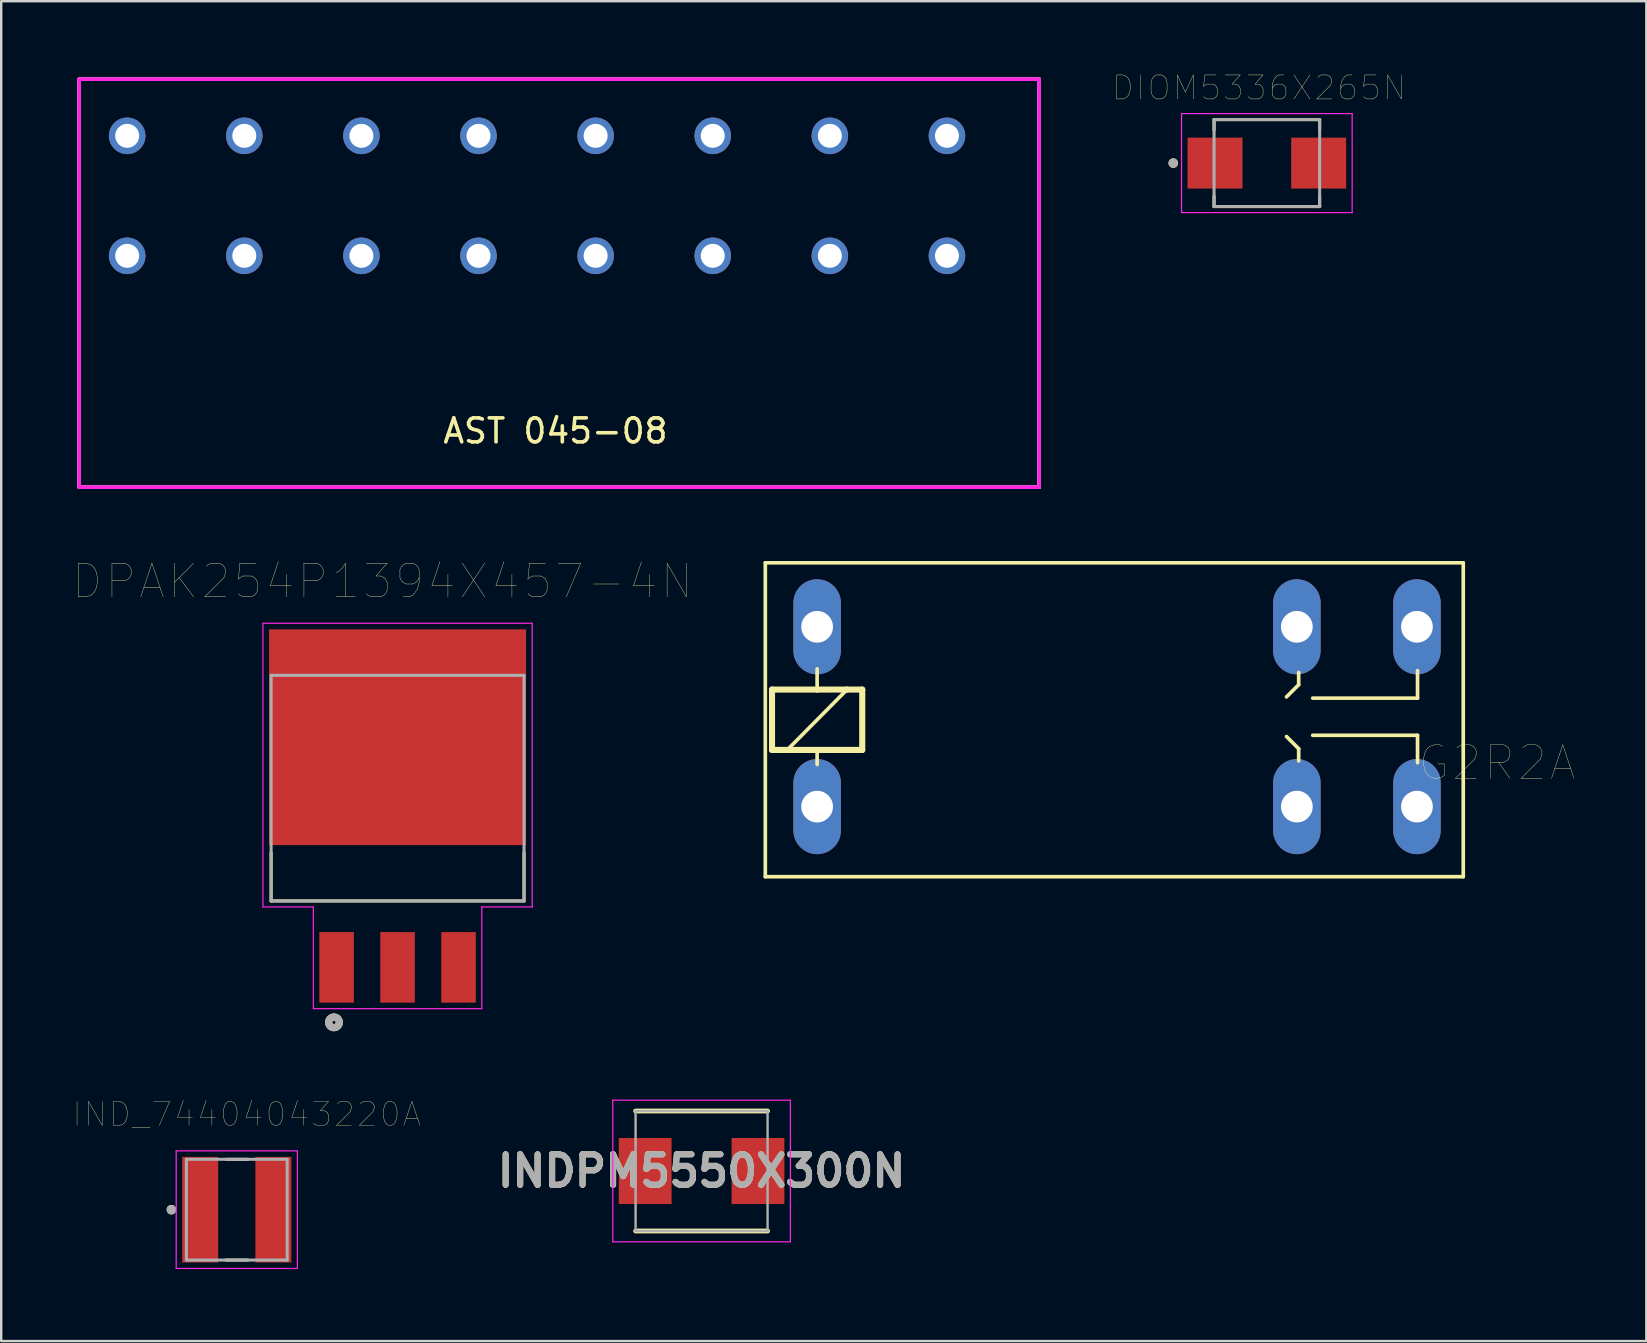
<source format=kicad_pcb>
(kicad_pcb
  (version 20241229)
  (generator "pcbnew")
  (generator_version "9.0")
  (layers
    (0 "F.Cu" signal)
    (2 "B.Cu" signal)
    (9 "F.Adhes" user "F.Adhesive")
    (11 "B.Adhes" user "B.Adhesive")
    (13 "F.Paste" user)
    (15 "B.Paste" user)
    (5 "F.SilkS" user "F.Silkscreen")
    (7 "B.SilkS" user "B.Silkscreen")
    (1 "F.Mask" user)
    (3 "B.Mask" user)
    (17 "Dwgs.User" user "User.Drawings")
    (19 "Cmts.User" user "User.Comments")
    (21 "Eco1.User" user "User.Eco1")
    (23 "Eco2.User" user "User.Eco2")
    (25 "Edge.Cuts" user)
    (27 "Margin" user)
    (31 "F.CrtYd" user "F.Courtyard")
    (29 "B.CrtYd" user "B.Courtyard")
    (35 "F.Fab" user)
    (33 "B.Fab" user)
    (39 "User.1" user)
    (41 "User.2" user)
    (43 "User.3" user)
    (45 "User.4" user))
  (footprint "DPAK254P1394X457-4N"
    (layer "F.Cu")
    (at 13.517 30.951)
    (property "Reference" "DPAK254P1394X457-4N" (at -0.635 -9.779 0) (layer "F.SilkS") (effects (font (size 1.4 1.4) (thickness 0.015))))
    (attr through_hole)
    (fp_line (start -5.27 1.529) (end -5.27 3.541) (stroke (width 0.127) (type solid)) (layer "F.SilkS"))
    (fp_line (start -5.27 3.541) (end 5.27 3.541) (stroke (width 0.127) (type solid)) (layer "F.SilkS"))
    (fp_line (start 5.27 3.541) (end 5.27 1.529) (stroke (width 0.127) (type solid)) (layer "F.SilkS"))
    (fp_circle (center -2.65 8.6) (end -2.579 8.6) (stroke (width 0.3) (type solid)) (fill no) (layer "F.SilkS"))
    (fp_poly (pts (xy -5.13 -7.495) (xy -3.82 -7.495) (xy -3.82 -6.265) (xy -5.13 -6.265)) (stroke (width 0.01) (type solid)) (fill yes) (layer "F.Paste"))
    (fp_poly (pts (xy -5.13 -5.695) (xy -3.82 -5.695) (xy -3.82 -4.465) (xy -5.13 -4.465)) (stroke (width 0.01) (type solid)) (fill yes) (layer "F.Paste"))
    (fp_poly (pts (xy -5.13 -3.895) (xy -3.82 -3.895) (xy -3.82 -2.665) (xy -5.13 -2.665)) (stroke (width 0.01) (type solid)) (fill yes) (layer "F.Paste"))
    (fp_poly (pts (xy -5.13 -2.095) (xy -3.82 -2.095) (xy -3.82 -0.865) (xy -5.13 -0.865)) (stroke (width 0.01) (type solid)) (fill yes) (layer "F.Paste"))
    (fp_poly (pts (xy -5.13 -0.295) (xy -3.82 -0.295) (xy -3.82 0.935) (xy -5.13 0.935)) (stroke (width 0.01) (type solid)) (fill yes) (layer "F.Paste"))
    (fp_poly (pts (xy -3.34 -7.495) (xy -2.03 -7.495) (xy -2.03 -6.265) (xy -3.34 -6.265)) (stroke (width 0.01) (type solid)) (fill yes) (layer "F.Paste"))
    (fp_poly (pts (xy -3.34 -5.695) (xy -2.03 -5.695) (xy -2.03 -4.465) (xy -3.34 -4.465)) (stroke (width 0.01) (type solid)) (fill yes) (layer "F.Paste"))
    (fp_poly (pts (xy -3.34 -3.895) (xy -2.03 -3.895) (xy -2.03 -2.665) (xy -3.34 -2.665)) (stroke (width 0.01) (type solid)) (fill yes) (layer "F.Paste"))
    (fp_poly (pts (xy -3.34 -2.095) (xy -2.03 -2.095) (xy -2.03 -0.865) (xy -3.34 -0.865)) (stroke (width 0.01) (type solid)) (fill yes) (layer "F.Paste"))
    (fp_poly (pts (xy -3.34 -0.295) (xy -2.03 -0.295) (xy -2.03 0.935) (xy -3.34 0.935)) (stroke (width 0.01) (type solid)) (fill yes) (layer "F.Paste"))
    (fp_poly (pts (xy -1.55 -7.495) (xy -0.24 -7.495) (xy -0.24 -6.265) (xy -1.55 -6.265)) (stroke (width 0.01) (type solid)) (fill yes) (layer "F.Paste"))
    (fp_poly (pts (xy -1.55 -5.695) (xy -0.24 -5.695) (xy -0.24 -4.465) (xy -1.55 -4.465)) (stroke (width 0.01) (type solid)) (fill yes) (layer "F.Paste"))
    (fp_poly (pts (xy -1.55 -3.895) (xy -0.24 -3.895) (xy -0.24 -2.665) (xy -1.55 -2.665)) (stroke (width 0.01) (type solid)) (fill yes) (layer "F.Paste"))
    (fp_poly (pts (xy -1.55 -2.095) (xy -0.24 -2.095) (xy -0.24 -0.865) (xy -1.55 -0.865)) (stroke (width 0.01) (type solid)) (fill yes) (layer "F.Paste"))
    (fp_poly (pts (xy -1.55 -0.295) (xy -0.24 -0.295) (xy -0.24 0.935) (xy -1.55 0.935)) (stroke (width 0.01) (type solid)) (fill yes) (layer "F.Paste"))
    (fp_poly (pts (xy 0.24 -7.495) (xy 1.55 -7.495) (xy 1.55 -6.265) (xy 0.24 -6.265)) (stroke (width 0.01) (type solid)) (fill yes) (layer "F.Paste"))
    (fp_poly (pts (xy 0.24 -5.695) (xy 1.55 -5.695) (xy 1.55 -4.465) (xy 0.24 -4.465)) (stroke (width 0.01) (type solid)) (fill yes) (layer "F.Paste"))
    (fp_poly (pts (xy 0.24 -3.895) (xy 1.55 -3.895) (xy 1.55 -2.665) (xy 0.24 -2.665)) (stroke (width 0.01) (type solid)) (fill yes) (layer "F.Paste"))
    (fp_poly (pts (xy 0.24 -2.095) (xy 1.55 -2.095) (xy 1.55 -0.865) (xy 0.24 -0.865)) (stroke (width 0.01) (type solid)) (fill yes) (layer "F.Paste"))
    (fp_poly (pts (xy 0.24 -0.295) (xy 1.55 -0.295) (xy 1.55 0.935) (xy 0.24 0.935)) (stroke (width 0.01) (type solid)) (fill yes) (layer "F.Paste"))
    (fp_poly (pts (xy 2.03 -7.495) (xy 3.34 -7.495) (xy 3.34 -6.265) (xy 2.03 -6.265)) (stroke (width 0.01) (type solid)) (fill yes) (layer "F.Paste"))
    (fp_poly (pts (xy 2.03 -5.695) (xy 3.34 -5.695) (xy 3.34 -4.465) (xy 2.03 -4.465)) (stroke (width 0.01) (type solid)) (fill yes) (layer "F.Paste"))
    (fp_poly (pts (xy 2.03 -3.895) (xy 3.34 -3.895) (xy 3.34 -2.665) (xy 2.03 -2.665)) (stroke (width 0.01) (type solid)) (fill yes) (layer "F.Paste"))
    (fp_poly (pts (xy 2.03 -2.095) (xy 3.34 -2.095) (xy 3.34 -0.865) (xy 2.03 -0.865)) (stroke (width 0.01) (type solid)) (fill yes) (layer "F.Paste"))
    (fp_poly (pts (xy 2.03 -0.295) (xy 3.34 -0.295) (xy 3.34 0.935) (xy 2.03 0.935)) (stroke (width 0.01) (type solid)) (fill yes) (layer "F.Paste"))
    (fp_poly (pts (xy 3.82 -7.495) (xy 5.13 -7.495) (xy 5.13 -6.265) (xy 3.82 -6.265)) (stroke (width 0.01) (type solid)) (fill yes) (layer "F.Paste"))
    (fp_poly (pts (xy 3.82 -5.695) (xy 5.13 -5.695) (xy 5.13 -4.465) (xy 3.82 -4.465)) (stroke (width 0.01) (type solid)) (fill yes) (layer "F.Paste"))
    (fp_poly (pts (xy 3.82 -3.895) (xy 5.13 -3.895) (xy 5.13 -2.665) (xy 3.82 -2.665)) (stroke (width 0.01) (type solid)) (fill yes) (layer "F.Paste"))
    (fp_poly (pts (xy 3.82 -2.095) (xy 5.13 -2.095) (xy 5.13 -0.865) (xy 3.82 -0.865)) (stroke (width 0.01) (type solid)) (fill yes) (layer "F.Paste"))
    (fp_poly (pts (xy 3.82 -0.295) (xy 5.13 -0.295) (xy 5.13 0.935) (xy 3.82 0.935)) (stroke (width 0.01) (type solid)) (fill yes) (layer "F.Paste"))
    (fp_line (start -5.61 -8.03) (end 5.61 -8.03) (stroke (width 0.05) (type solid)) (layer "F.CrtYd"))
    (fp_line (start -5.61 3.791) (end -5.61 -8.03) (stroke (width 0.05) (type solid)) (layer "F.CrtYd"))
    (fp_line (start -3.51 3.791) (end -5.61 3.791) (stroke (width 0.05) (type solid)) (layer "F.CrtYd"))
    (fp_line (start -3.51 8.03) (end -3.51 3.791) (stroke (width 0.05) (type solid)) (layer "F.CrtYd"))
    (fp_line (start 3.51 3.791) (end 3.51 8.03) (stroke (width 0.05) (type solid)) (layer "F.CrtYd"))
    (fp_line (start 3.51 8.03) (end -3.51 8.03) (stroke (width 0.05) (type solid)) (layer "F.CrtYd"))
    (fp_line (start 5.61 -8.03) (end 5.61 3.791) (stroke (width 0.05) (type solid)) (layer "F.CrtYd"))
    (fp_line (start 5.61 3.791) (end 3.51 3.791) (stroke (width 0.05) (type solid)) (layer "F.CrtYd"))
    (fp_line (start -5.27 -5.859) (end 5.27 -5.859) (stroke (width 0.127) (type solid)) (layer "F.Fab"))
    (fp_line (start -5.27 3.541) (end -5.27 -5.859) (stroke (width 0.127) (type solid)) (layer "F.Fab"))
    (fp_line (start 5.27 -5.859) (end 5.27 3.541) (stroke (width 0.127) (type solid)) (layer "F.Fab"))
    (fp_line (start 5.27 3.541) (end -5.27 3.541) (stroke (width 0.127) (type solid)) (layer "F.Fab"))
    (fp_circle (center -2.65 8.6) (end -2.579 8.6) (stroke (width 0.3) (type solid)) (fill no) (layer "F.Fab"))
    (pad "1" smd rect (at -2.54 6.31) (size 1.44 2.94) (layers "F.Cu" "F.Mask" "F.Paste"))
    (pad "2" smd rect (at 0 6.31) (size 1.44 2.94) (layers "F.Cu" "F.Mask" "F.Paste"))
    (pad "3" smd rect (at 2.54 6.31) (size 1.44 2.94) (layers "F.Cu" "F.Mask" "F.Paste"))
    (pad "4" smd rect (at 0 -3.28) (size 10.71 8.99) (layers "F.Cu" "F.Mask")))
  (footprint "DIOM5336X265N"
    (layer "F.Cu")
    (at 49.74 3.746)
    (property "Reference" "DIOM5336X265N" (at -0.325 -3.135 0) (layer "F.SilkS") (effects (font (size 1 1) (thickness 0.015))))
    (attr through_hole)
    (fp_line (start -2.2 -1.812) (end -2.2 -1.38) (stroke (width 0.127) (type solid)) (layer "F.SilkS"))
    (fp_line (start -2.2 1.38) (end -2.2 1.812) (stroke (width 0.127) (type solid)) (layer "F.SilkS"))
    (fp_line (start -2.2 1.812) (end 2.2 1.812) (stroke (width 0.127) (type solid)) (layer "F.SilkS"))
    (fp_line (start 2.2 -1.812) (end -2.2 -1.812) (stroke (width 0.127) (type solid)) (layer "F.SilkS"))
    (fp_line (start 2.2 -1.812) (end 2.2 -1.38) (stroke (width 0.127) (type solid)) (layer "F.SilkS"))
    (fp_line (start 2.2 1.38) (end 2.2 1.812) (stroke (width 0.127) (type solid)) (layer "F.SilkS"))
    (fp_circle (center -3.9 0) (end -3.8 0) (stroke (width 0.2) (type solid)) (fill no) (layer "F.SilkS"))
    (fp_line (start -3.555 -2.063) (end -3.555 2.063) (stroke (width 0.05) (type solid)) (layer "F.CrtYd"))
    (fp_line (start -3.555 2.063) (end 3.555 2.063) (stroke (width 0.05) (type solid)) (layer "F.CrtYd"))
    (fp_line (start 3.555 -2.063) (end -3.555 -2.063) (stroke (width 0.05) (type solid)) (layer "F.CrtYd"))
    (fp_line (start 3.555 2.063) (end 3.555 -2.063) (stroke (width 0.05) (type solid)) (layer "F.CrtYd"))
    (fp_line (start -2.2 -1.812) (end -2.2 1.812) (stroke (width 0.127) (type solid)) (layer "F.Fab"))
    (fp_line (start -2.2 1.812) (end 2.2 1.812) (stroke (width 0.127) (type solid)) (layer "F.Fab"))
    (fp_line (start 2.2 -1.812) (end -2.2 -1.812) (stroke (width 0.127) (type solid)) (layer "F.Fab"))
    (fp_line (start 2.2 1.812) (end 2.2 -1.812) (stroke (width 0.127) (type solid)) (layer "F.Fab"))
    (fp_circle (center -3.9 0) (end -3.8 0) (stroke (width 0.2) (type solid)) (fill no) (layer "F.Fab"))
    (pad "A" smd rect (at 2.16 0) (size 2.29 2.12) (layers "F.Cu" "F.Mask" "F.Paste"))
    (pad "C" smd rect (at -2.16 0) (size 2.29 2.12) (layers "F.Cu" "F.Mask" "F.Paste")))
  (footprint "AST 045-08"
    (layer "F.Cu")
    (at 0.25 0.25)
    (property "Reference" "AST 045-08" (at 19.846 14.657 0) (layer "F.SilkS") (effects (font (size 1 1) (thickness 0.15))))
    (attr through_hole)
    (fp_line (start 0 0) (end 0 17) (stroke (width 0.152) (type solid)) (layer "F.SilkS"))
    (fp_line (start 0 0) (end 40 0) (stroke (width 0.152) (type solid)) (layer "F.SilkS"))
    (fp_line (start 0 17) (end 40 17) (stroke (width 0.152) (type solid)) (layer "F.SilkS"))
    (fp_line (start 40 0) (end 40 17) (stroke (width 0.152) (type solid)) (layer "F.SilkS"))
    (fp_line (start 0 0) (end 0 17) (stroke (width 0.152) (type solid)) (layer "F.CrtYd"))
    (fp_line (start 0 0) (end 40 0) (stroke (width 0.152) (type solid)) (layer "F.CrtYd"))
    (fp_line (start 0 17) (end 40 17) (stroke (width 0.152) (type solid)) (layer "F.CrtYd"))
    (fp_line (start 40 0) (end 40 17) (stroke (width 0.152) (type solid)) (layer "F.CrtYd"))
    (fp_line (start 0 0) (end 0 17) (stroke (width 0.152) (type solid)) (layer "F.Fab"))
    (fp_line (start 0 0) (end 40 0) (stroke (width 0.152) (type solid)) (layer "F.Fab"))
    (fp_line (start 0 17) (end 40 17) (stroke (width 0.152) (type solid)) (layer "F.Fab"))
    (fp_line (start 40 0) (end 40 17) (stroke (width 0.152) (type solid)) (layer "F.Fab"))
    (pad "1" thru_hole circle (at 2 2.36) (size 1.524 1.524) (drill 1) (layers "*.Cu" "*.Mask"))
    (pad "2" thru_hole circle (at 6.88 2.36) (size 1.524 1.524) (drill 1) (layers "*.Cu" "*.Mask"))
    (pad "3" thru_hole circle (at 11.76 2.36) (size 1.524 1.524) (drill 1) (layers "*.Cu" "*.Mask"))
    (pad "4" thru_hole circle (at 16.64 2.36) (size 1.524 1.524) (drill 1) (layers "*.Cu" "*.Mask"))
    (pad "5" thru_hole circle (at 21.52 2.36) (size 1.524 1.524) (drill 1) (layers "*.Cu" "*.Mask"))
    (pad "6" thru_hole circle (at 26.4 2.36) (size 1.524 1.524) (drill 1) (layers "*.Cu" "*.Mask"))
    (pad "7" thru_hole circle (at 31.28 2.36) (size 1.524 1.524) (drill 1) (layers "*.Cu" "*.Mask"))
    (pad "8" thru_hole circle (at 36.16 2.36) (size 1.524 1.524) (drill 1) (layers "*.Cu" "*.Mask"))
    (pad "9" thru_hole circle (at 2 7.36) (size 1.524 1.524) (drill 1) (layers "*.Cu" "*.Mask"))
    (pad "10" thru_hole circle (at 6.88 7.36) (size 1.524 1.524) (drill 1) (layers "*.Cu" "*.Mask"))
    (pad "11" thru_hole circle (at 11.76 7.36) (size 1.524 1.524) (drill 1) (layers "*.Cu" "*.Mask"))
    (pad "12" thru_hole circle (at 16.64 7.36) (size 1.524 1.524) (drill 1) (layers "*.Cu" "*.Mask"))
    (pad "13" thru_hole circle (at 21.52 7.36) (size 1.524 1.524) (drill 1) (layers "*.Cu" "*.Mask"))
    (pad "14" thru_hole circle (at 26.4 7.36) (size 1.524 1.524) (drill 1) (layers "*.Cu" "*.Mask"))
    (pad "15" thru_hole circle (at 31.28 7.36) (size 1.524 1.524) (drill 1) (layers "*.Cu" "*.Mask"))
    (pad "16" thru_hole circle (at 36.16 7.36) (size 1.524 1.524) (drill 1) (layers "*.Cu" "*.Mask")))
  (footprint "IND_74404043220A"
    (layer "F.Cu")
    (at 6.817 47.358)
    (property "Reference" "IND_74404043220A" (at 0.415 -3.975 0) (layer "F.SilkS") (effects (font (size 1 1) (thickness 0.015))))
    (attr through_hole)
    (fp_line (start -0.455 -2.1) (end 0.455 -2.1) (stroke (width 0.127) (type solid)) (layer "F.SilkS"))
    (fp_line (start 0.455 2.1) (end -0.455 2.1) (stroke (width 0.127) (type solid)) (layer "F.SilkS"))
    (fp_circle (center -2.725 0) (end -2.625 0) (stroke (width 0.2) (type solid)) (fill no) (layer "F.SilkS"))
    (fp_line (start -2.525 -2.45) (end -2.525 2.45) (stroke (width 0.05) (type solid)) (layer "F.CrtYd"))
    (fp_line (start -2.525 -2.45) (end 2.525 -2.45) (stroke (width 0.05) (type solid)) (layer "F.CrtYd"))
    (fp_line (start 2.525 2.45) (end -2.525 2.45) (stroke (width 0.05) (type solid)) (layer "F.CrtYd"))
    (fp_line (start 2.525 2.45) (end 2.525 -2.45) (stroke (width 0.05) (type solid)) (layer "F.CrtYd"))
    (fp_line (start -2.1 -2.1) (end -2.1 2.1) (stroke (width 0.127) (type solid)) (layer "F.Fab"))
    (fp_line (start -2.1 -2.1) (end 2.1 -2.1) (stroke (width 0.127) (type solid)) (layer "F.Fab"))
    (fp_line (start 2.1 2.1) (end -2.1 2.1) (stroke (width 0.127) (type solid)) (layer "F.Fab"))
    (fp_line (start 2.1 2.1) (end 2.1 -2.1) (stroke (width 0.127) (type solid)) (layer "F.Fab"))
    (fp_circle (center -2.725 0) (end -2.625 0) (stroke (width 0.2) (type solid)) (fill no) (layer "F.Fab"))
    (pad "1" smd rect (at -1.525 0) (size 1.5 4.4) (layers "F.Cu" "F.Mask" "F.Paste"))
    (pad "2" smd rect (at 1.525 0) (size 1.5 4.4) (layers "F.Cu" "F.Mask" "F.Paste")))
  (footprint "INDPM5550X300N"
    (layer "F.Cu")
    (at 26.185 45.746)
    (property "Reference" "INDPM5550X300N" (at 0 0 0) (layer "F.SilkS") (effects (font (size 1.27 1.27) (thickness 0.254))))
    (attr smd)
    (fp_line (start -2.75 2.5) (end 2.75 2.5) (stroke (width 0.2) (type solid)) (layer "F.SilkS"))
    (fp_line (start 2.75 -2.5) (end -2.75 -2.5) (stroke (width 0.2) (type solid)) (layer "F.SilkS"))
    (fp_line (start -3.7 -2.95) (end 3.7 -2.95) (stroke (width 0.05) (type solid)) (layer "F.CrtYd"))
    (fp_line (start -3.7 2.95) (end -3.7 -2.95) (stroke (width 0.05) (type solid)) (layer "F.CrtYd"))
    (fp_line (start 3.7 -2.95) (end 3.7 2.95) (stroke (width 0.05) (type solid)) (layer "F.CrtYd"))
    (fp_line (start 3.7 2.95) (end -3.7 2.95) (stroke (width 0.05) (type solid)) (layer "F.CrtYd"))
    (fp_line (start -2.75 -2.5) (end 2.75 -2.5) (stroke (width 0.1) (type solid)) (layer "F.Fab"))
    (fp_line (start -2.75 2.5) (end -2.75 -2.5) (stroke (width 0.1) (type solid)) (layer "F.Fab"))
    (fp_line (start 2.75 -2.5) (end 2.75 2.5) (stroke (width 0.1) (type solid)) (layer "F.Fab"))
    (fp_line (start 2.75 2.5) (end -2.75 2.5) (stroke (width 0.1) (type solid)) (layer "F.Fab"))
    (fp_text user "${REFERENCE}" (at 0 0 0) (layer "F.Fab") (effects (font (size 1.27 1.27) (thickness 0.254))))
    (pad "1" smd rect (at -2.35 0) (size 2.2 2.75) (layers "F.Cu" "F.Mask" "F.Paste"))
    (pad "2" smd rect (at 2.35 0) (size 2.2 2.75) (layers "F.Cu" "F.Mask" "F.Paste")))
  (footprint "G2R2A"
    (layer "F.Cu")
    (at 33.54 26.879)
    (property "Reference" "G2R2A" (at 25.793 1.857 180) (layer "F.SilkS") (effects (font (size 1.402 1.402) (thickness 0.015))))
    (attr through_hole)
    (fp_line (start -4.699 6.604) (end -4.699 -6.477) (stroke (width 0.152) (type solid)) (layer "F.SilkS"))
    (fp_line (start -4.699 6.604) (end 24.384 6.604) (stroke (width 0.152) (type solid)) (layer "F.SilkS"))
    (fp_line (start -4.42 -1.194) (end -2.54 -1.194) (stroke (width 0.254) (type solid)) (layer "F.SilkS"))
    (fp_line (start -4.42 1.321) (end -4.42 -1.194) (stroke (width 0.254) (type solid)) (layer "F.SilkS"))
    (fp_line (start -3.785 1.321) (end -4.42 1.321) (stroke (width 0.254) (type solid)) (layer "F.SilkS"))
    (fp_line (start -2.54 -2.057) (end -2.54 -1.194) (stroke (width 0.152) (type solid)) (layer "F.SilkS"))
    (fp_line (start -2.54 -1.194) (end -1.295 -1.194) (stroke (width 0.254) (type solid)) (layer "F.SilkS"))
    (fp_line (start -2.54 1.321) (end -3.785 1.321) (stroke (width 0.254) (type solid)) (layer "F.SilkS"))
    (fp_line (start -2.54 1.321) (end -2.54 1.93) (stroke (width 0.152) (type solid)) (layer "F.SilkS"))
    (fp_line (start -1.295 -1.194) (end -3.785 1.321) (stroke (width 0.152) (type solid)) (layer "F.SilkS"))
    (fp_line (start -1.295 -1.194) (end -0.66 -1.194) (stroke (width 0.254) (type solid)) (layer "F.SilkS"))
    (fp_line (start -0.66 -1.194) (end -0.66 1.321) (stroke (width 0.254) (type solid)) (layer "F.SilkS"))
    (fp_line (start -0.66 1.321) (end -2.54 1.321) (stroke (width 0.254) (type solid)) (layer "F.SilkS"))
    (fp_line (start 17.018 -0.889) (end 17.526 -1.397) (stroke (width 0.152) (type solid)) (layer "F.SilkS"))
    (fp_line (start 17.018 0.762) (end 17.526 1.27) (stroke (width 0.152) (type solid)) (layer "F.SilkS"))
    (fp_line (start 17.526 -1.905) (end 17.526 -1.397) (stroke (width 0.152) (type solid)) (layer "F.SilkS"))
    (fp_line (start 17.526 1.778) (end 17.526 1.27) (stroke (width 0.152) (type solid)) (layer "F.SilkS"))
    (fp_line (start 18.11 -0.838) (end 22.479 -0.838) (stroke (width 0.152) (type solid)) (layer "F.SilkS"))
    (fp_line (start 18.11 0.711) (end 22.479 0.711) (stroke (width 0.152) (type solid)) (layer "F.SilkS"))
    (fp_line (start 22.479 -0.838) (end 22.479 -1.981) (stroke (width 0.152) (type solid)) (layer "F.SilkS"))
    (fp_line (start 22.479 0.711) (end 22.479 1.854) (stroke (width 0.152) (type solid)) (layer "F.SilkS"))
    (fp_line (start 24.384 -6.477) (end -4.699 -6.477) (stroke (width 0.152) (type solid)) (layer "F.SilkS"))
    (fp_line (start 24.384 -6.477) (end 24.384 6.604) (stroke (width 0.152) (type solid)) (layer "F.SilkS"))
    (pad "1" thru_hole oval (at -2.54 3.683) (size 1.981 3.962) (drill 1.321) (layers "*.Cu" "*.Mask"))
    (pad "2" thru_hole oval (at -2.54 -3.81) (size 1.981 3.962) (drill 1.321) (layers "*.Cu" "*.Mask"))
    (pad "P1" thru_hole oval (at 17.45 -3.81) (size 1.981 3.962) (drill 1.321) (layers "*.Cu" "*.Mask"))
    (pad "P2" thru_hole oval (at 17.45 3.683) (size 1.981 3.962) (drill 1.321) (layers "*.Cu" "*.Mask"))
    (pad "S1" thru_hole oval (at 22.454 -3.81) (size 1.981 3.962) (drill 1.321) (layers "*.Cu" "*.Mask"))
    (pad "S2" thru_hole oval (at 22.454 3.683) (size 1.981 3.962) (drill 1.321) (layers "*.Cu" "*.Mask")))
  (gr_rect
    (start -3 -3)
    (end 65.553 52.833)
    (stroke (width 0.1) (type default))
    (fill no)
    (layer "Edge.Cuts")))
</source>
